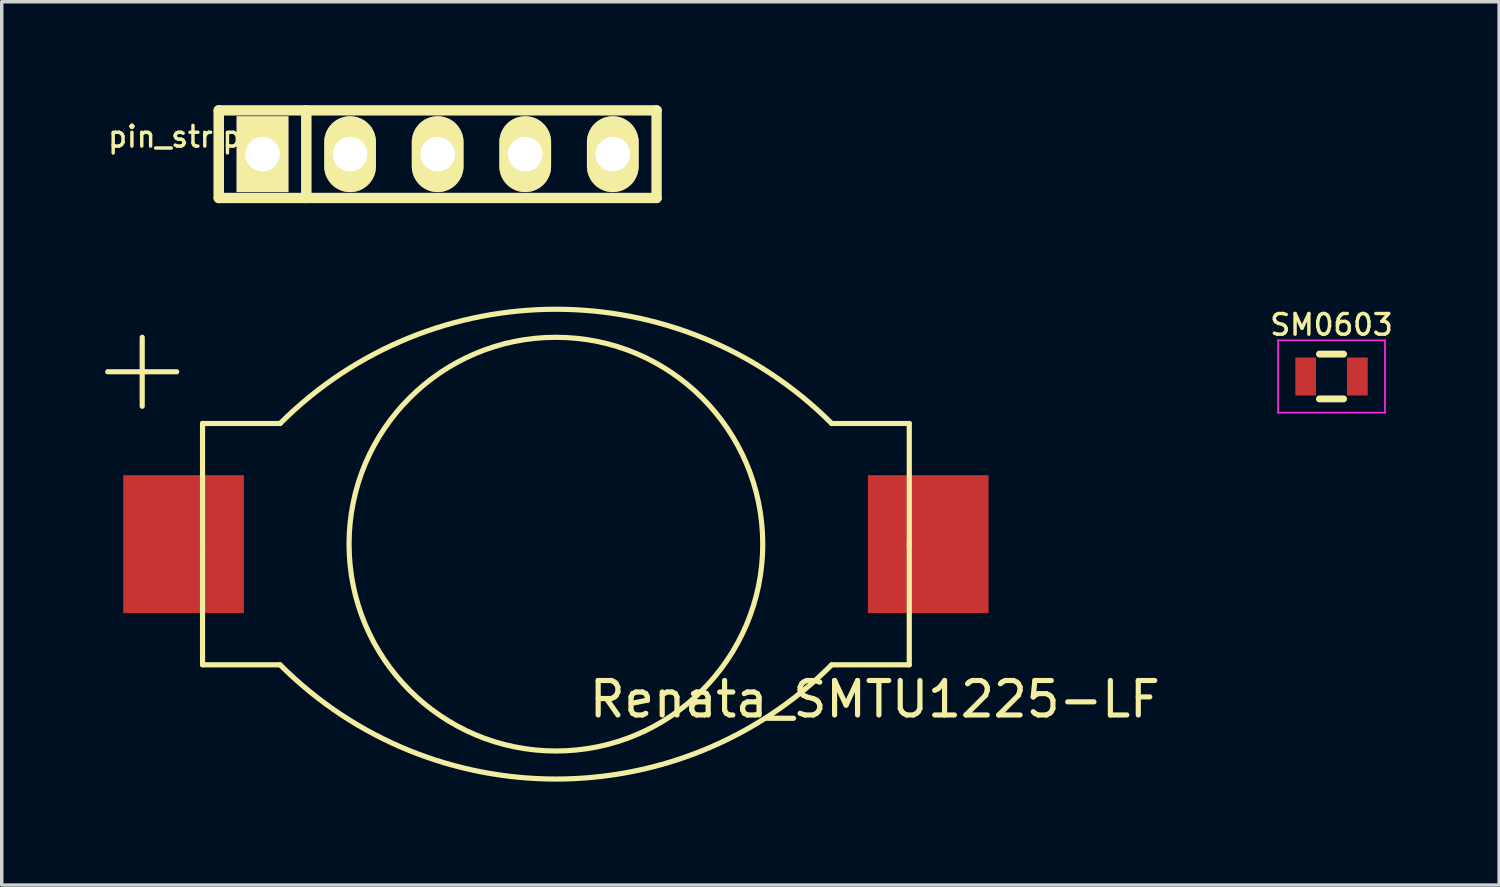
<source format=kicad_pcb>
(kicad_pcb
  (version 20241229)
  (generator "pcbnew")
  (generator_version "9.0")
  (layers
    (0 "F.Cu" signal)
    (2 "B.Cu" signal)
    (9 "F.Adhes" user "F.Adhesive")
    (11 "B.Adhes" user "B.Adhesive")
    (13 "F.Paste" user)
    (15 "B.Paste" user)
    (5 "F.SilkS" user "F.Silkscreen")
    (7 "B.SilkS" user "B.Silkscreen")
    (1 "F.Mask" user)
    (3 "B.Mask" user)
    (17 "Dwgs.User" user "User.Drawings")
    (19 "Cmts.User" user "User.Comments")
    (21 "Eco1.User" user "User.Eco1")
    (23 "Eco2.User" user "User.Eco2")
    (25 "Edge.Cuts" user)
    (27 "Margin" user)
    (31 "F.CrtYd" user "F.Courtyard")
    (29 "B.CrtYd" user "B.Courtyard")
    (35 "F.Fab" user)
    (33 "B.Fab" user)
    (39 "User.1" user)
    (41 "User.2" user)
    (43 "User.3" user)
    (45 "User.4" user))
  (footprint "SM0603"
    (layer "F.Cu")
    (at 35.573 7.871)
    (property "Reference" "SM0603" (at 0 -1.5 0) (layer "F.SilkS") (effects (font (size 0.6 0.6) (thickness 0.1))))
    (attr smd)
    (fp_line (start -0.35 -0.65) (end 0.35 -0.65) (stroke (width 0.2) (type solid)) (layer "F.SilkS"))
    (fp_line (start -0.35 0.65) (end 0.35 0.65) (stroke (width 0.2) (type solid)) (layer "F.SilkS"))
    (fp_line (start -1.55 -1.05) (end -1.55 1.05) (stroke (width 0.05) (type solid)) (layer "F.CrtYd"))
    (fp_line (start -1.55 -1.05) (end 1.55 -1.05) (stroke (width 0.05) (type solid)) (layer "F.CrtYd"))
    (fp_line (start -1.55 1.05) (end 1.55 1.05) (stroke (width 0.05) (type solid)) (layer "F.CrtYd"))
    (fp_line (start 1.55 -1.05) (end 1.55 1.05) (stroke (width 0.05) (type solid)) (layer "F.CrtYd"))
    (pad "1" smd rect (at -0.75 0) (size 0.6 1.1) (layers "F.Cu" "F.Mask"))
    (pad "2" smd rect (at 0.75 0) (size 0.6 1.1) (layers "F.Cu" "F.Mask")))
  (footprint "pin_strip_5"
    (layer "F.Cu")
    (at 9.645 1.422)
    (property "Reference" "pin_strip_5" (at -7.112 -0.508 0) (layer "F.SilkS") (effects (font (size 0.6 0.6) (thickness 0.1))))
    (attr through_hole)
    (fp_line (start -6.35 -1.27) (end 6.35 -1.27) (stroke (width 0.3) (type solid)) (layer "F.SilkS"))
    (fp_line (start -6.35 1.27) (end -6.35 -1.27) (stroke (width 0.305) (type solid)) (layer "F.SilkS"))
    (fp_line (start -6.35 1.27) (end 6.35 1.27) (stroke (width 0.3) (type solid)) (layer "F.SilkS"))
    (fp_line (start -3.81 -1.27) (end -3.81 1.27) (stroke (width 0.305) (type solid)) (layer "F.SilkS"))
    (fp_line (start 6.35 -1.27) (end 6.35 1.27) (stroke (width 0.3) (type solid)) (layer "F.SilkS"))
    (pad "1" thru_hole rect (at -5.08 0) (size 1.5 2.2) (drill 1) (layers "*.Cu" "*.Mask" "F.SilkS"))
    (pad "2" thru_hole oval (at -2.54 0) (size 1.5 2.2) (drill 1) (layers "*.Cu" "*.Mask" "F.SilkS"))
    (pad "3" thru_hole oval (at 0 0) (size 1.5 2.2) (drill 1) (layers "*.Cu" "*.Mask" "F.SilkS"))
    (pad "4" thru_hole oval (at 2.54 0) (size 1.5 2.2) (drill 1) (layers "*.Cu" "*.Mask" "F.SilkS"))
    (pad "5" thru_hole oval (at 5.08 0) (size 1.5 2.2) (drill 1) (layers "*.Cu" "*.Mask" "F.SilkS")))
  (footprint "Renata_SMTU1225-LF"
    (layer "F.Cu")
    (at 13.075 12.734)
    (property "Reference" "Renata_SMTU1225-LF" (at 9.25 4.5 0) (layer "F.SilkS") (effects (font (size 1 1) (thickness 0.15))))
    (attr through_hole)
    (fp_line (start -13 -5) (end -11 -5) (stroke (width 0.15) (type solid)) (layer "F.SilkS"))
    (fp_line (start -12 -4) (end -12 -6) (stroke (width 0.15) (type solid)) (layer "F.SilkS"))
    (fp_line (start -10.25 -3.5) (end -10.25 0) (stroke (width 0.15) (type solid)) (layer "F.SilkS"))
    (fp_line (start -10.25 -3.5) (end -8 -3.5) (stroke (width 0.15) (type solid)) (layer "F.SilkS"))
    (fp_line (start -10.25 0) (end -10.25 3.5) (stroke (width 0.15) (type solid)) (layer "F.SilkS"))
    (fp_line (start -10.25 3.5) (end -8 3.5) (stroke (width 0.15) (type solid)) (layer "F.SilkS"))
    (fp_line (start 8 -3.5) (end 10.25 -3.5) (stroke (width 0.15) (type solid)) (layer "F.SilkS"))
    (fp_line (start 8 3.5) (end 10.25 3.5) (stroke (width 0.15) (type solid)) (layer "F.SilkS"))
    (fp_line (start 10.25 0) (end 10.25 -3.5) (stroke (width 0.15) (type solid)) (layer "F.SilkS"))
    (fp_line (start 10.25 0) (end 10.25 3.5) (stroke (width 0.15) (type solid)) (layer "F.SilkS"))
    (fp_arc (start -8 -3.5) (mid 0 -6.813708) (end 8 -3.5) (stroke (width 0.15) (type solid)) (layer "F.SilkS"))
    (fp_arc (start 8 3.5) (mid 0 6.813708) (end -8 3.5) (stroke (width 0.15) (type solid)) (layer "F.SilkS"))
    (fp_circle (center 0 0) (end 6 0) (stroke (width 0.15) (type solid)) (fill no) (layer "F.SilkS"))
    (pad "1" smd rect (at -10.8 0) (size 3.5 4) (layers "F.Cu" "F.Mask"))
    (pad "2" smd rect (at 10.8 0) (size 3.5 4) (layers "F.Cu" "F.Mask")))
  (gr_rect
    (start -3 -3)
    (end 40.435 22.622)
    (stroke (width 0.1) (type default))
    (fill no)
    (layer "Edge.Cuts")))
</source>
